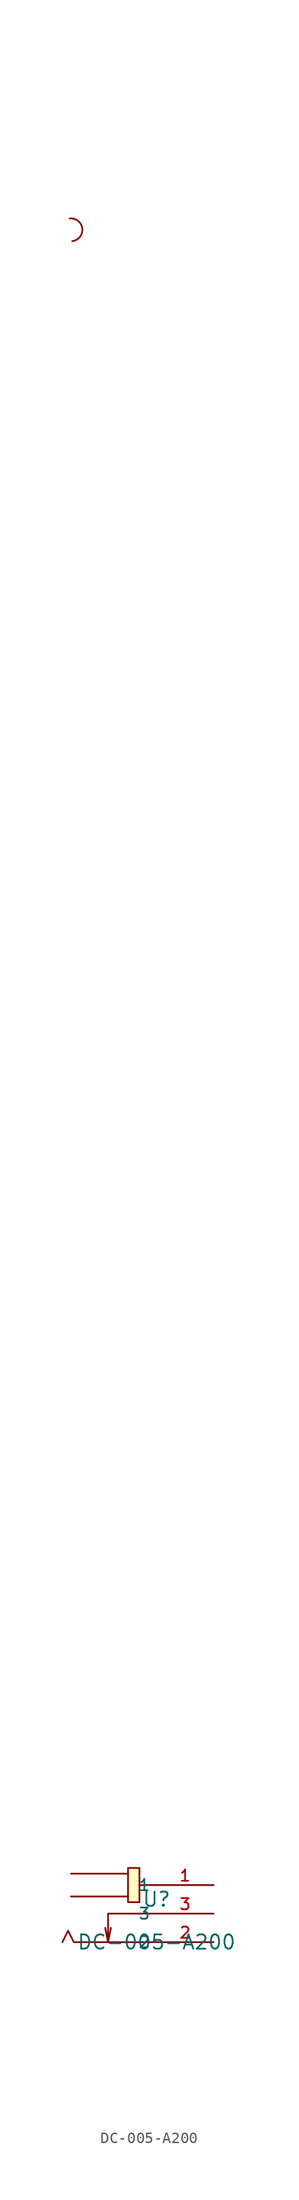
<source format=kicad_sym>
(kicad_symbol_lib
  (version 20231120)
  (generator "kicad_symbol_editor")
  (generator_version "8.0")
  (symbol "DC-005-A200"
    (property "Reference" "U"
      (at 0 1.27 0)
      (effects (font (size 1.27 1.27))))
    (property "Value" "DC-005-A200"
      (at 0 -2.54 0)
      (effects (font (size 1.27 1.27))))
    (symbol "DC-005-A200_0_1"
      (arc (start -7.5122 148.85) (mid -6.6098 149.9681) (end -7.7278 150.8706) (stroke (width 0) (type default)) (fill (type none)))
      (rectangle (start -2.54 4.064) (end -1.524 1.016) (stroke (width 0) (type default)) (fill (type background)))
      (polyline (pts (xy -4.318 -2.54) (xy -4.064 -1.27)) (stroke (width 0) (type default)) (fill (type none)))
      (polyline (pts (xy -2.54 1.524) (xy -7.62 1.524)) (stroke (width 0) (type default)) (fill (type none)))
      (polyline (pts (xy -2.54 3.556) (xy -7.62 3.556)) (stroke (width 0) (type default)) (fill (type none)))
      (polyline (pts (xy 0 2.54) (xy -1.524 2.54)) (stroke (width 0) (type default)) (fill (type none)))
      (polyline (pts (xy 0 -2.54) (xy -7.366 -2.54) (xy -7.874 -1.524) (xy -8.382 -2.54)) (stroke (width 0) (type default)) (fill (type none)))
      (polyline (pts (xy 0 0) (xy -4.318 0) (xy -4.318 -2.54) (xy -4.572 -1.27)) (stroke (width 0) (type default)) (fill (type none)))
      (pin unspecified line (at 5.08 2.54 180) (length 5.08) (name "1" (effects (font (size 1 1)))) (number "1" (effects (font (size 1 1)))))
      (pin unspecified line (at 5.08 -2.54 180) (length 5.08) (name "2" (effects (font (size 1 1)))) (number "2" (effects (font (size 1 1)))))
      (pin unspecified line (at 5.08 0 180) (length 5.08) (name "3" (effects (font (size 1 1)))) (number "3" (effects (font (size 1 1))))))))
</source>
